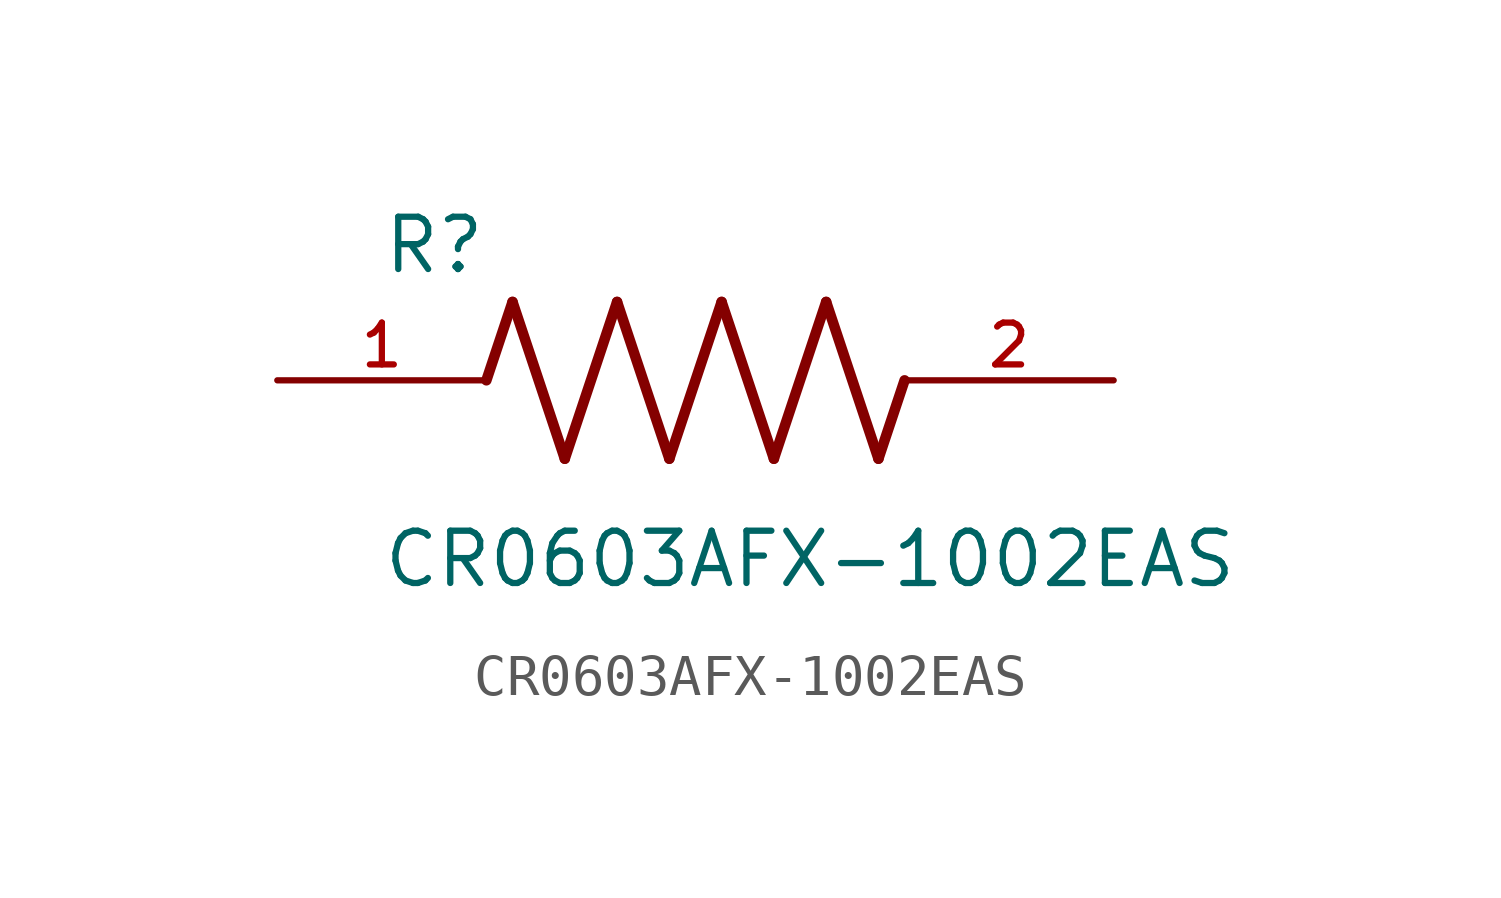
<source format=kicad_sym>
(kicad_symbol_lib
  (version 20211014)
  (generator kicad_symbol_editor)
  (symbol "CR0603AFX-1002EAS"
    (pin_names
      (offset 1.016))
    (property "Reference" "R"
      (at -7.624 2.541 0)
      (effects (font (size 1.27 1.27)) (justify bottom left)))
    (property "Value" "CR0603AFX-1002EAS"
      (at -7.63 -5.087 0)
      (effects (font (size 1.27 1.27)) (justify bottom left)))
    (symbol "CR0603AFX-1002EAS_0_0"
      (polyline (pts (xy -5.08 0.0) (xy -4.445 1.905)) (stroke (width 0.254)))
      (polyline (pts (xy -4.445 1.905) (xy -3.175 -1.905)) (stroke (width 0.254)))
      (polyline (pts (xy -3.175 -1.905) (xy -1.905 1.905)) (stroke (width 0.254)))
      (polyline (pts (xy -1.905 1.905) (xy -0.635 -1.905)) (stroke (width 0.254)))
      (polyline (pts (xy -0.635 -1.905) (xy 0.635 1.905)) (stroke (width 0.254)))
      (polyline (pts (xy 0.635 1.905) (xy 1.905 -1.905)) (stroke (width 0.254)))
      (polyline (pts (xy 1.905 -1.905) (xy 3.175 1.905)) (stroke (width 0.254)))
      (polyline (pts (xy 3.175 1.905) (xy 4.445 -1.905)) (stroke (width 0.254)))
      (polyline (pts (xy 4.445 -1.905) (xy 5.08 0.0)) (stroke (width 0.254)))
      (pin passive line (at -10.16 0.0 0) (length 5.08) (name "~" (effects (font (size 1.016 1.016)))) (number "1" (effects (font (size 1.016 1.016)))))
      (pin passive line (at 10.16 0.0 180.0) (length 5.08) (name "~" (effects (font (size 1.016 1.016)))) (number "2" (effects (font (size 1.016 1.016))))))))
</source>
